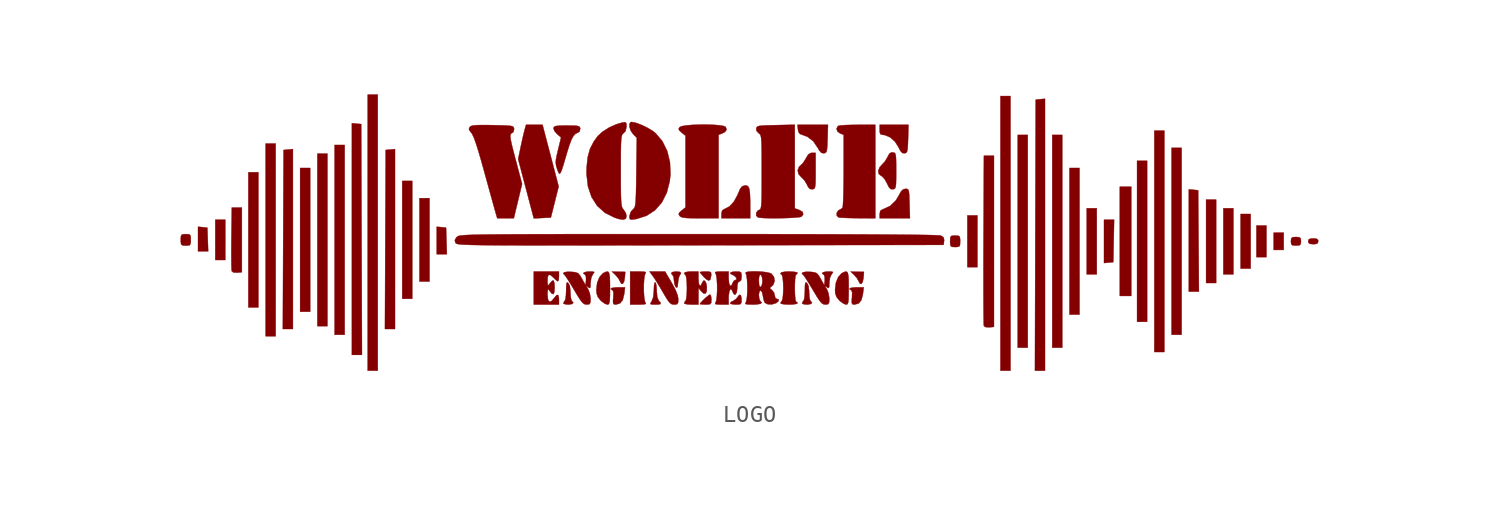
<source format=kicad_sym>
(kicad_symbol_lib
  (version 20220914)
  (generator "bitmap2component")
  (generator_version "8.0")
  (symbol "LOGO"
    (pin_names
      (offset 1.016))
    (property "Reference" "#G"
      (at 0 8.001 0)
      (effects (font (size 1.27 1.27)) hide))
    (symbol "LOGO_0_0"
      (polyline (pts (xy -21.844 -0.169) (xy -21.844 7.959) (xy -22.14 7.959) (xy -22.437 7.959) (xy -22.437 -0.169) (xy -22.437 -8.297) (xy -22.14 -8.297) (xy -21.844 -8.297) (xy -21.844 -0.169)) (stroke (width 0.01) (type default)) (fill (type outline)))
      (polyline (pts (xy 15.409 -0.212) (xy 15.409 7.874) (xy 15.113 7.874) (xy 14.817 7.874) (xy 14.817 -0.212) (xy 14.817 -8.297) (xy 15.113 -8.297) (xy 15.409 -8.297) (xy 15.409 -0.212)) (stroke (width 0.01) (type default)) (fill (type outline)))
      (polyline (pts (xy 17.441 -0.291) (xy 17.441 7.715) (xy 17.166 7.689) (xy 16.891 7.662) (xy 16.869 -0.318) (xy 16.848 -8.297) (xy 17.145 -8.297) (xy 17.441 -8.297) (xy 17.441 -0.291)) (stroke (width 0.01) (type default)) (fill (type outline)))
      (polyline (pts (xy -22.796 -0.572) (xy -22.818 6.223) (xy -23.093 6.25) (xy -23.368 6.276) (xy -23.368 -0.545) (xy -23.368 -7.366) (xy -23.071 -7.366) (xy -22.774 -7.366) (xy -22.796 -0.572)) (stroke (width 0.01) (type default)) (fill (type outline)))
      (polyline (pts (xy 24.469 -0.677) (xy 24.469 5.842) (xy 24.172 5.842) (xy 23.876 5.842) (xy 23.876 -0.677) (xy 23.876 -7.197) (xy 24.172 -7.197) (xy 24.469 -7.197) (xy 24.469 -0.677)) (stroke (width 0.01) (type default)) (fill (type outline)))
      (polyline (pts (xy 16.425 -0.677) (xy 16.425 5.588) (xy 16.129 5.588) (xy 15.833 5.588) (xy 15.833 -0.677) (xy 15.833 -6.943) (xy 16.129 -6.943) (xy 16.425 -6.943) (xy 16.425 -0.677)) (stroke (width 0.01) (type default)) (fill (type outline)))
      (polyline (pts (xy 18.457 -0.677) (xy 18.457 5.588) (xy 18.161 5.588) (xy 17.865 5.588) (xy 17.865 -0.677) (xy 17.865 -6.943) (xy 18.161 -6.943) (xy 18.457 -6.943) (xy 18.457 -0.677)) (stroke (width 0.01) (type default)) (fill (type outline)))
      (polyline (pts (xy -27.855 -0.593) (xy -27.855 5.08) (xy -28.152 5.08) (xy -28.448 5.08) (xy -28.448 -0.593) (xy -28.448 -6.265) (xy -28.152 -6.265) (xy -27.855 -6.265) (xy -27.855 -0.593)) (stroke (width 0.01) (type default)) (fill (type outline)))
      (polyline (pts (xy -23.791 -0.593) (xy -23.791 4.995) (xy -24.088 4.995) (xy -24.384 4.995) (xy -24.384 -0.593) (xy -24.384 -6.181) (xy -24.088 -6.181) (xy -23.791 -6.181) (xy -23.791 -0.593)) (stroke (width 0.01) (type default)) (fill (type outline)))
      (polyline (pts (xy 25.485 -0.677) (xy 25.485 4.826) (xy 25.188 4.826) (xy 24.892 4.826) (xy 24.892 -0.677) (xy 24.892 -6.181) (xy 25.188 -6.181) (xy 25.485 -6.181) (xy 25.485 -0.677)) (stroke (width 0.01) (type default)) (fill (type outline)))
      (polyline (pts (xy -26.839 -0.545) (xy -26.839 4.752) (xy -27.114 4.726) (xy -27.39 4.699) (xy -27.412 -0.572) (xy -27.433 -5.842) (xy -27.136 -5.842) (xy -26.839 -5.842) (xy -26.839 -0.545)) (stroke (width 0.01) (type default)) (fill (type outline)))
      (polyline (pts (xy -20.828 -0.545) (xy -20.828 4.752) (xy -21.103 4.726) (xy -21.378 4.699) (xy -21.4 -0.572) (xy -21.422 -5.842) (xy -21.125 -5.842) (xy -20.828 -5.842) (xy -20.828 -0.545)) (stroke (width 0.01) (type default)) (fill (type outline)))
      (polyline (pts (xy 14.436 -5.715) (xy 14.436 -0.677) (xy 14.436 4.36) (xy 14.139 4.36) (xy 13.843 4.36) (xy 13.821 -0.593) (xy 13.818 -1.375) (xy 13.816 -2.236) (xy 13.816 -3.034) (xy 13.817 -3.755) (xy 13.819 -4.382) (xy 13.823 -4.902) (xy 13.828 -5.297) (xy 13.834 -5.554) (xy 13.842 -5.657) (xy 13.938 -5.729) (xy 14.16 -5.742) (xy 14.436 -5.715)) (stroke (width 0.01) (type default)) (fill (type outline)))
      (polyline (pts (xy -24.807 -0.593) (xy -24.807 4.487) (xy -25.104 4.487) (xy -25.4 4.487) (xy -25.4 -0.593) (xy -25.4 -5.673) (xy -25.104 -5.673) (xy -24.807 -5.673) (xy -24.807 -0.593)) (stroke (width 0.01) (type default)) (fill (type outline)))
      (polyline (pts (xy 23.453 -0.677) (xy 23.453 4.064) (xy 23.156 4.064) (xy 22.86 4.064) (xy 22.86 -0.677) (xy 22.86 -5.419) (xy 23.156 -5.419) (xy 23.453 -5.419) (xy 23.453 -0.677)) (stroke (width 0.01) (type default)) (fill (type outline)))
      (polyline (pts (xy 19.473 -0.677) (xy 19.473 3.641) (xy 19.177 3.641) (xy 18.881 3.641) (xy 18.881 -0.677) (xy 18.881 -4.995) (xy 19.177 -4.995) (xy 19.473 -4.995) (xy 19.473 -0.677)) (stroke (width 0.01) (type default)) (fill (type outline)))
      (polyline (pts (xy -25.823 -0.593) (xy -25.823 3.641) (xy -26.12 3.641) (xy -26.416 3.641) (xy -26.416 -0.593) (xy -26.416 -4.826) (xy -26.12 -4.826) (xy -25.823 -4.826) (xy -25.823 -0.593)) (stroke (width 0.01) (type default)) (fill (type outline)))
      (polyline (pts (xy -28.871 -0.593) (xy -28.871 3.387) (xy -29.168 3.387) (xy -29.464 3.387) (xy -29.464 -0.593) (xy -29.464 -4.572) (xy -29.168 -4.572) (xy -28.871 -4.572) (xy -28.871 -0.593)) (stroke (width 0.01) (type default)) (fill (type outline)))
      (polyline (pts (xy -11.176 -4.106) (xy -11.181 -3.987) (xy -11.227 -3.836) (xy -11.322 -3.848) (xy -11.464 -4.022) (xy -11.615 -4.2) (xy -11.741 -4.234) (xy -11.822 -4.109) (xy -11.849 -3.831) (xy -11.846 -3.651) (xy -11.831 -3.518) (xy -11.791 -3.515) (xy -11.711 -3.619) (xy -11.6 -3.756) (xy -11.502 -3.792) (xy -11.447 -3.67) (xy -11.43 -3.387) (xy -11.441 -3.148) (xy -11.487 -2.994) (xy -11.575 -2.997) (xy -11.711 -3.154) (xy -11.761 -3.223) (xy -11.819 -3.276) (xy -11.842 -3.204) (xy -11.849 -2.985) (xy -11.84 -2.79) (xy -11.784 -2.65) (xy -11.667 -2.667) (xy -11.48 -2.836) (xy -11.369 -2.95) (xy -11.247 -3.032) (xy -11.19 -2.968) (xy -11.176 -2.752) (xy -11.176 -2.455) (xy -11.917 -2.455) (xy -12.658 -2.455) (xy -12.658 -3.429) (xy -12.658 -4.403) (xy -11.917 -4.403) (xy -11.176 -4.403) (xy -11.176 -4.106)) (stroke (width 0.01) (type default)) (fill (type outline)))
      (polyline (pts (xy -10.587 -4.402) (xy -10.391 -4.366) (xy -10.327 -4.29) (xy -10.414 -4.191) (xy -10.446 -4.137) (xy -10.484 -3.95) (xy -10.499 -3.688) (xy -10.499 -3.64) (xy -10.534 -3.31) (xy -10.626 -3.133) (xy -10.688 -3.096) (xy -10.729 -3.136) (xy -10.748 -3.289) (xy -10.753 -3.583) (xy -10.764 -3.86) (xy -10.794 -4.085) (xy -10.837 -4.191) (xy -10.86 -4.208) (xy -10.922 -4.323) (xy -10.919 -4.333) (xy -10.822 -4.383) (xy -10.626 -4.403) (xy -10.587 -4.402)) (stroke (width 0.01) (type default)) (fill (type outline)))
      (polyline (pts (xy -9.505 -4.401) (xy -9.377 -4.377) (xy -9.324 -4.28) (xy -9.313 -4.061) (xy -9.314 -4.018) (xy -9.363 -3.729) (xy -9.46 -3.49) (xy -9.553 -3.339) (xy -9.553 -3.308) (xy -9.46 -3.376) (xy -9.424 -3.403) (xy -9.351 -3.431) (xy -9.32 -3.349) (xy -9.313 -3.128) (xy -9.313 -3.12) (xy -9.274 -2.819) (xy -9.173 -2.61) (xy -9.133 -2.564) (xy -9.094 -2.49) (xy -9.169 -2.461) (xy -9.385 -2.455) (xy -9.543 -2.466) (xy -9.702 -2.511) (xy -9.745 -2.575) (xy -9.645 -2.641) (xy -9.635 -2.647) (xy -9.586 -2.762) (xy -9.582 -2.966) (xy -9.61 -3.26) (xy -9.822 -2.879) (xy -9.933 -2.691) (xy -10.054 -2.555) (xy -10.214 -2.496) (xy -10.479 -2.472) (xy -10.669 -2.47) (xy -10.868 -2.501) (xy -10.933 -2.568) (xy -10.846 -2.661) (xy -10.784 -2.737) (xy -10.654 -2.933) (xy -10.477 -3.215) (xy -10.275 -3.554) (xy -10.252 -3.592) (xy -10.038 -3.949) (xy -9.882 -4.183) (xy -9.762 -4.32) (xy -9.657 -4.385) (xy -9.546 -4.401) (xy -9.505 -4.401)) (stroke (width 0.01) (type default)) (fill (type outline)))
      (polyline (pts (xy -8.301 -4.402) (xy -8.242 -4.376) (xy -8.204 -4.294) (xy -8.182 -4.128) (xy -8.172 -3.849) (xy -8.17 -3.429) (xy -8.173 -3.037) (xy -8.188 -2.723) (xy -8.224 -2.537) (xy -8.291 -2.46) (xy -8.399 -2.469) (xy -8.556 -2.542) (xy -8.592 -2.564) (xy -8.792 -2.785) (xy -8.926 -3.117) (xy -8.975 -3.516) (xy -8.963 -3.732) (xy -8.892 -3.952) (xy -8.727 -4.155) (xy -8.675 -4.204) (xy -8.48 -4.346) (xy -8.325 -4.403) (xy -8.301 -4.402)) (stroke (width 0.01) (type default)) (fill (type outline)))
      (polyline (pts (xy -7.82 -4.402) (xy -7.58 -4.334) (xy -7.421 -4.134) (xy -7.335 -3.789) (xy -7.285 -3.387) (xy -7.706 -3.387) (xy -7.857 -3.392) (xy -8.052 -3.423) (xy -8.128 -3.471) (xy -8.123 -3.498) (xy -8.033 -3.556) (xy -8.01 -3.563) (xy -7.968 -3.691) (xy -7.978 -3.979) (xy -7.992 -4.14) (xy -7.99 -4.314) (xy -7.942 -4.388) (xy -7.835 -4.403) (xy -7.82 -4.402)) (stroke (width 0.01) (type default)) (fill (type outline)))
      (polyline (pts (xy -6.388 -4.402) (xy -6.153 -4.39) (xy -6.058 -4.359) (xy -6.079 -4.301) (xy -6.125 -4.188) (xy -6.161 -3.943) (xy -6.18 -3.623) (xy -6.181 -3.275) (xy -6.164 -2.949) (xy -6.13 -2.693) (xy -6.079 -2.557) (xy -6.063 -2.538) (xy -6.071 -2.488) (xy -6.203 -2.462) (xy -6.481 -2.455) (xy -6.985 -2.455) (xy -6.985 -3.429) (xy -6.985 -4.403) (xy -6.481 -4.403) (xy -6.388 -4.402)) (stroke (width 0.01) (type default)) (fill (type outline)))
      (polyline (pts (xy -5.368 -4.4) (xy -5.205 -4.375) (xy -5.185 -4.307) (xy -5.292 -4.179) (xy -5.31 -4.158) (xy -5.391 -3.943) (xy -5.419 -3.597) (xy -5.425 -3.418) (xy -5.456 -3.198) (xy -5.503 -3.09) (xy -5.539 -3.102) (xy -5.575 -3.248) (xy -5.588 -3.532) (xy -5.59 -3.625) (xy -5.63 -3.98) (xy -5.72 -4.214) (xy -5.763 -4.277) (xy -5.798 -4.364) (xy -5.723 -4.397) (xy -5.508 -4.403) (xy -5.368 -4.4)) (stroke (width 0.01) (type default)) (fill (type outline)))
      (polyline (pts (xy -4.227 -4.384) (xy -4.162 -4.298) (xy -4.149 -4.093) (xy -4.18 -3.881) (xy -4.306 -3.551) (xy -4.538 -3.119) (xy -4.927 -2.455) (xy -5.389 -2.455) (xy -5.851 -2.455) (xy -5.645 -2.731) (xy -5.598 -2.797) (xy -5.439 -3.041) (xy -5.242 -3.361) (xy -5.041 -3.704) (xy -4.902 -3.944) (xy -4.747 -4.186) (xy -4.629 -4.325) (xy -4.52 -4.388) (xy -4.395 -4.403) (xy -4.384 -4.403) (xy -4.227 -4.384)) (stroke (width 0.01) (type default)) (fill (type outline)))
      (polyline (pts (xy -2.961 -3.916) (xy -2.958 -3.429) (xy -2.788 -3.633) (xy -2.667 -3.745) (xy -2.545 -3.757) (xy -2.476 -3.62) (xy -2.471 -3.341) (xy -2.504 -3.151) (xy -2.58 -3.007) (xy -2.67 -2.994) (xy -2.75 -3.128) (xy -2.825 -3.281) (xy -2.894 -3.284) (xy -2.944 -3.145) (xy -2.963 -2.879) (xy -2.963 -2.455) (xy -3.387 -2.455) (xy -3.536 -2.46) (xy -3.747 -2.499) (xy -3.814 -2.571) (xy -3.725 -2.667) (xy -3.712 -2.685) (xy -3.675 -2.836) (xy -3.65 -3.098) (xy -3.641 -3.429) (xy -3.642 -3.545) (xy -3.657 -3.858) (xy -3.687 -4.088) (xy -3.725 -4.191) (xy -3.748 -4.208) (xy -3.81 -4.323) (xy -3.781 -4.352) (xy -3.628 -4.388) (xy -3.387 -4.403) (xy -2.963 -4.403) (xy -2.961 -3.916)) (stroke (width 0.01) (type default)) (fill (type outline)))
      (polyline (pts (xy -2.44 -4.402) (xy -2.275 -4.38) (xy -2.212 -4.296) (xy -2.201 -4.106) (xy -2.202 -4.067) (xy -2.228 -3.884) (xy -2.28 -3.81) (xy -2.357 -3.851) (xy -2.509 -3.973) (xy -2.681 -4.131) (xy -2.821 -4.278) (xy -2.879 -4.367) (xy -2.87 -4.375) (xy -2.752 -4.395) (xy -2.54 -4.403) (xy -2.44 -4.402)) (stroke (width 0.01) (type default)) (fill (type outline)))
      (polyline (pts (xy -1.185 -3.984) (xy -1.182 -3.877) (xy -1.149 -3.646) (xy -1.09 -3.512) (xy -1.021 -3.5) (xy -0.958 -3.632) (xy -0.947 -3.672) (xy -0.865 -3.811) (xy -0.777 -3.805) (xy -0.706 -3.672) (xy -0.677 -3.429) (xy -0.672 -3.267) (xy -0.634 -3.098) (xy -0.55 -3.048) (xy -0.539 -3.047) (xy -0.451 -2.971) (xy -0.423 -2.752) (xy -0.424 -2.664) (xy -0.449 -2.52) (xy -0.545 -2.464) (xy -0.762 -2.455) (xy -0.931 -2.467) (xy -1.077 -2.516) (xy -1.084 -2.588) (xy -0.939 -2.664) (xy -0.85 -2.708) (xy -0.746 -2.814) (xy -0.72 -2.917) (xy -0.797 -2.963) (xy -0.872 -2.995) (xy -0.956 -3.133) (xy -0.967 -3.172) (xy -1.038 -3.3) (xy -1.109 -3.282) (xy -1.163 -3.135) (xy -1.185 -2.879) (xy -1.185 -2.455) (xy -1.626 -2.455) (xy -1.652 -2.455) (xy -1.892 -2.465) (xy -1.989 -2.497) (xy -1.964 -2.557) (xy -1.918 -2.67) (xy -1.882 -2.915) (xy -1.864 -3.235) (xy -1.863 -3.583) (xy -1.879 -3.909) (xy -1.913 -4.165) (xy -1.964 -4.301) (xy -1.97 -4.307) (xy -1.986 -4.365) (xy -1.878 -4.394) (xy -1.626 -4.403) (xy -1.185 -4.403) (xy -1.185 -3.984)) (stroke (width 0.01) (type default)) (fill (type outline)))
      (polyline (pts (xy -0.662 -4.402) (xy -0.497 -4.38) (xy -0.434 -4.296) (xy -0.423 -4.106) (xy -0.427 -4.014) (xy -0.473 -3.845) (xy -0.56 -3.829) (xy -0.674 -3.974) (xy -0.752 -4.074) (xy -0.931 -4.191) (xy -1.031 -4.238) (xy -1.101 -4.324) (xy -1.092 -4.341) (xy -0.974 -4.385) (xy -0.762 -4.403) (xy -0.662 -4.402)) (stroke (width 0.01) (type default)) (fill (type outline)))
      (polyline (pts (xy 0.473 -4.394) (xy 0.696 -4.355) (xy 0.767 -4.286) (xy 0.677 -4.191) (xy 0.668 -4.184) (xy 0.615 -4.054) (xy 0.593 -3.84) (xy 0.593 -3.801) (xy 0.631 -3.616) (xy 0.704 -3.576) (xy 0.781 -3.674) (xy 0.832 -3.901) (xy 0.834 -3.915) (xy 0.88 -4.143) (xy 0.949 -4.296) (xy 0.951 -4.299) (xy 1.122 -4.386) (xy 1.368 -4.392) (xy 1.614 -4.315) (xy 1.748 -4.206) (xy 1.765 -4.107) (xy 1.651 -4.064) (xy 1.568 -4.023) (xy 1.524 -3.853) (xy 1.489 -3.7) (xy 1.36 -3.54) (xy 1.271 -3.481) (xy 1.246 -3.415) (xy 1.36 -3.322) (xy 1.444 -3.24) (xy 1.522 -3.018) (xy 1.485 -2.778) (xy 1.336 -2.587) (xy 1.259 -2.55) (xy 1.051 -2.5) (xy 0.78 -2.466) (xy 0.482 -2.448) (xy 0.199 -2.447) (xy -0.033 -2.465) (xy -0.174 -2.501) (xy -0.186 -2.557) (xy -0.14 -2.67) (xy -0.104 -2.915) (xy -0.099 -3.006) (xy 0.593 -3.006) (xy 0.596 -2.861) (xy 0.629 -2.682) (xy 0.699 -2.646) (xy 0.714 -2.654) (xy 0.779 -2.782) (xy 0.804 -3.006) (xy 0.803 -3.054) (xy 0.769 -3.264) (xy 0.699 -3.365) (xy 0.659 -3.365) (xy 0.609 -3.26) (xy 0.593 -3.006) (xy -0.099 -3.006) (xy -0.086 -3.235) (xy -0.085 -3.583) (xy -0.101 -3.909) (xy -0.135 -4.165) (xy -0.186 -4.301) (xy -0.205 -4.324) (xy -0.189 -4.371) (xy -0.049 -4.396) (xy 0.237 -4.403) (xy 0.473 -4.394)) (stroke (width 0.01) (type default)) (fill (type outline)))
      (polyline (pts (xy 2.6 -4.394) (xy 2.802 -4.363) (xy 2.879 -4.318) (xy 2.876 -4.298) (xy 2.794 -4.233) (xy 2.777 -4.221) (xy 2.741 -4.081) (xy 2.718 -3.808) (xy 2.709 -3.429) (xy 2.711 -3.269) (xy 2.725 -2.928) (xy 2.754 -2.705) (xy 2.794 -2.625) (xy 2.814 -2.622) (xy 2.879 -2.54) (xy 2.825 -2.502) (xy 2.641 -2.468) (xy 2.371 -2.455) (xy 2.149 -2.463) (xy 1.928 -2.503) (xy 1.858 -2.572) (xy 1.947 -2.667) (xy 1.961 -2.685) (xy 1.997 -2.836) (xy 2.022 -3.098) (xy 2.032 -3.429) (xy 2.031 -3.545) (xy 2.016 -3.858) (xy 1.986 -4.088) (xy 1.947 -4.191) (xy 1.924 -4.208) (xy 1.863 -4.323) (xy 1.919 -4.359) (xy 2.103 -4.391) (xy 2.371 -4.403) (xy 2.6 -4.394)) (stroke (width 0.01) (type default)) (fill (type outline)))
      (polyline (pts (xy 3.467 -4.402) (xy 3.663 -4.366) (xy 3.727 -4.29) (xy 3.641 -4.191) (xy 3.608 -4.137) (xy 3.571 -3.95) (xy 3.556 -3.688) (xy 3.556 -3.64) (xy 3.52 -3.31) (xy 3.429 -3.133) (xy 3.367 -3.096) (xy 3.326 -3.136) (xy 3.307 -3.289) (xy 3.302 -3.583) (xy 3.291 -3.86) (xy 3.261 -4.085) (xy 3.217 -4.191) (xy 3.194 -4.208) (xy 3.133 -4.323) (xy 3.135 -4.333) (xy 3.233 -4.383) (xy 3.429 -4.403) (xy 3.467 -4.402)) (stroke (width 0.01) (type default)) (fill (type outline)))
      (polyline (pts (xy 4.55 -4.401) (xy 4.678 -4.377) (xy 4.731 -4.28) (xy 4.741 -4.061) (xy 4.74 -4.018) (xy 4.692 -3.729) (xy 4.595 -3.49) (xy 4.502 -3.339) (xy 4.502 -3.308) (xy 4.595 -3.376) (xy 4.631 -3.403) (xy 4.704 -3.431) (xy 4.735 -3.349) (xy 4.741 -3.128) (xy 4.741 -3.12) (xy 4.781 -2.819) (xy 4.881 -2.61) (xy 4.922 -2.564) (xy 4.961 -2.49) (xy 4.886 -2.461) (xy 4.67 -2.455) (xy 4.512 -2.466) (xy 4.353 -2.511) (xy 4.31 -2.575) (xy 4.41 -2.641) (xy 4.42 -2.647) (xy 4.468 -2.762) (xy 4.473 -2.966) (xy 4.445 -3.26) (xy 4.232 -2.879) (xy 4.122 -2.691) (xy 4.001 -2.555) (xy 3.841 -2.496) (xy 3.576 -2.472) (xy 3.386 -2.47) (xy 3.187 -2.501) (xy 3.122 -2.568) (xy 3.208 -2.661) (xy 3.271 -2.737) (xy 3.401 -2.933) (xy 3.577 -3.215) (xy 3.78 -3.554) (xy 3.802 -3.592) (xy 4.017 -3.949) (xy 4.173 -4.183) (xy 4.293 -4.32) (xy 4.398 -4.385) (xy 4.508 -4.401) (xy 4.55 -4.401)) (stroke (width 0.01) (type default)) (fill (type outline)))
      (polyline (pts (xy 5.754 -4.402) (xy 5.813 -4.376) (xy 5.851 -4.294) (xy 5.872 -4.128) (xy 5.882 -3.849) (xy 5.884 -3.429) (xy 5.882 -3.037) (xy 5.867 -2.723) (xy 5.831 -2.537) (xy 5.763 -2.46) (xy 5.656 -2.469) (xy 5.499 -2.542) (xy 5.462 -2.564) (xy 5.263 -2.785) (xy 5.129 -3.117) (xy 5.08 -3.516) (xy 5.091 -3.732) (xy 5.162 -3.952) (xy 5.327 -4.155) (xy 5.38 -4.204) (xy 5.574 -4.346) (xy 5.73 -4.403) (xy 5.754 -4.402)) (stroke (width 0.01) (type default)) (fill (type outline)))
      (polyline (pts (xy 6.234 -4.402) (xy 6.475 -4.334) (xy 6.633 -4.134) (xy 6.719 -3.789) (xy 6.77 -3.387) (xy 6.348 -3.387) (xy 6.197 -3.392) (xy 6.003 -3.423) (xy 5.927 -3.471) (xy 5.931 -3.498) (xy 6.022 -3.556) (xy 6.044 -3.563) (xy 6.086 -3.691) (xy 6.077 -3.979) (xy 6.063 -4.14) (xy 6.065 -4.314) (xy 6.112 -4.388) (xy 6.219 -4.403) (xy 6.234 -4.402)) (stroke (width 0.01) (type default)) (fill (type outline)))
      (polyline (pts (xy -19.812 -0.593) (xy -19.812 2.879) (xy -20.108 2.879) (xy -20.405 2.879) (xy -20.405 -0.593) (xy -20.405 -4.064) (xy -20.108 -4.064) (xy -19.812 -4.064) (xy -19.812 -0.593)) (stroke (width 0.01) (type default)) (fill (type outline)))
      (polyline (pts (xy 22.521 -0.677) (xy 22.521 2.54) (xy 22.183 2.54) (xy 21.844 2.54) (xy 21.844 -0.677) (xy 21.844 -3.895) (xy 22.183 -3.895) (xy 22.521 -3.895) (xy 22.521 -0.677)) (stroke (width 0.01) (type default)) (fill (type outline)))
      (polyline (pts (xy 26.481 -0.656) (xy 26.458 2.328) (xy 26.183 2.355) (xy 25.908 2.381) (xy 25.908 -0.63) (xy 25.908 -3.641) (xy 26.205 -3.641) (xy 26.503 -3.641) (xy 26.481 -0.656)) (stroke (width 0.01) (type default)) (fill (type outline)))
      (polyline (pts (xy -4.19 -3.336) (xy -4.165 -3.117) (xy -4.156 -3.027) (xy -4.114 -2.8) (xy -4.059 -2.671) (xy -3.984 -2.554) (xy -4.05 -2.479) (xy -4.276 -2.455) (xy -4.314 -2.456) (xy -4.51 -2.491) (xy -4.574 -2.568) (xy -4.487 -2.667) (xy -4.484 -2.669) (xy -4.426 -2.789) (xy -4.403 -2.994) (xy -4.403 -2.994) (xy -4.372 -3.219) (xy -4.297 -3.375) (xy -4.232 -3.412) (xy -4.19 -3.336)) (stroke (width 0.01) (type default)) (fill (type outline)))
      (polyline (pts (xy -7.344 -3.062) (xy -7.298 -2.819) (xy -7.273 -2.477) (xy -7.667 -2.469) (xy -8.062 -2.461) (xy -7.851 -2.657) (xy -7.684 -2.85) (xy -7.58 -3.039) (xy -7.511 -3.172) (xy -7.422 -3.185) (xy -7.344 -3.062)) (stroke (width 0.01) (type default)) (fill (type outline)))
      (polyline (pts (xy 6.711 -3.062) (xy 6.756 -2.819) (xy 6.782 -2.477) (xy 6.388 -2.469) (xy 5.993 -2.461) (xy 6.204 -2.657) (xy 6.37 -2.85) (xy 6.474 -3.039) (xy 6.544 -3.172) (xy 6.633 -3.185) (xy 6.711 -3.062)) (stroke (width 0.01) (type default)) (fill (type outline)))
      (polyline (pts (xy 27.517 -0.677) (xy 27.517 1.778) (xy 27.22 1.778) (xy 26.924 1.778) (xy 26.924 -0.677) (xy 26.924 -3.133) (xy 27.22 -3.133) (xy 27.517 -3.133) (xy 27.517 -0.677)) (stroke (width 0.01) (type default)) (fill (type outline)))
      (polyline (pts (xy -18.796 -0.593) (xy -18.796 1.863) (xy -19.092 1.863) (xy -19.389 1.863) (xy -19.389 -0.593) (xy -19.389 -3.048) (xy -19.092 -3.048) (xy -18.796 -3.048) (xy -18.796 -0.593)) (stroke (width 0.01) (type default)) (fill (type outline)))
      (polyline (pts (xy -2.265 -2.936) (xy -2.217 -2.724) (xy -2.21 -2.64) (xy -2.223 -2.512) (xy -2.317 -2.463) (xy -2.535 -2.455) (xy -2.615 -2.456) (xy -2.803 -2.469) (xy -2.879 -2.492) (xy -2.873 -2.506) (xy -2.792 -2.613) (xy -2.646 -2.778) (xy -2.515 -2.906) (xy -2.359 -2.996) (xy -2.265 -2.936)) (stroke (width 0.01) (type default)) (fill (type outline)))
      (polyline (pts (xy 20.489 -0.677) (xy 20.489 1.27) (xy 20.193 1.27) (xy 19.897 1.27) (xy 19.897 -0.677) (xy 19.897 -2.625) (xy 20.193 -2.625) (xy 20.489 -2.625) (xy 20.489 -0.677)) (stroke (width 0.01) (type default)) (fill (type outline)))
      (polyline (pts (xy 28.533 -0.677) (xy 28.533 1.27) (xy 28.236 1.27) (xy 27.94 1.27) (xy 27.94 -0.677) (xy 27.94 -2.625) (xy 28.236 -2.625) (xy 28.533 -2.625) (xy 28.533 -0.677)) (stroke (width 0.01) (type default)) (fill (type outline)))
      (polyline (pts (xy -29.845 -2.498) (xy -29.845 -0.593) (xy -29.845 1.312) (xy -30.141 1.312) (xy -30.438 1.312) (xy -30.461 -0.506) (xy -30.463 -0.699) (xy -30.466 -1.226) (xy -30.465 -1.69) (xy -30.46 -2.064) (xy -30.452 -2.322) (xy -30.44 -2.437) (xy -30.345 -2.511) (xy -30.121 -2.524) (xy -29.845 -2.498)) (stroke (width 0.01) (type default)) (fill (type outline)))
      (polyline (pts (xy 29.549 -0.677) (xy 29.549 0.931) (xy 29.252 0.931) (xy 28.956 0.931) (xy 28.956 -0.677) (xy 28.956 -2.286) (xy 29.252 -2.286) (xy 29.549 -2.286) (xy 29.549 -0.677)) (stroke (width 0.01) (type default)) (fill (type outline)))
      (polyline (pts (xy 13.462 -0.677) (xy 13.462 0.847) (xy 13.166 0.847) (xy 12.869 0.847) (xy 12.869 -0.677) (xy 12.869 -2.201) (xy 13.166 -2.201) (xy 13.462 -2.201) (xy 13.462 -0.677)) (stroke (width 0.01) (type default)) (fill (type outline)))
      (polyline (pts (xy 21.188 -1.931) (xy 21.463 -1.905) (xy 21.486 -0.656) (xy 21.51 0.593) (xy 21.211 0.593) (xy 20.913 0.593) (xy 20.913 -0.683) (xy 20.913 -1.958) (xy 21.188 -1.931)) (stroke (width 0.01) (type default)) (fill (type outline)))
      (polyline (pts (xy -30.819 -0.593) (xy -30.819 0.593) (xy -31.115 0.593) (xy -31.411 0.593) (xy -31.411 -0.593) (xy -31.411 -1.778) (xy -31.115 -1.778) (xy -30.819 -1.778) (xy -30.819 -0.593)) (stroke (width 0.01) (type default)) (fill (type outline)))
      (polyline (pts (xy 30.48 -0.677) (xy 30.48 0.254) (xy 30.184 0.254) (xy 29.887 0.254) (xy 29.887 -0.677) (xy 29.887 -1.609) (xy 30.184 -1.609) (xy 30.48 -1.609) (xy 30.48 -0.677)) (stroke (width 0.01) (type default)) (fill (type outline)))
      (polyline (pts (xy -17.798 -0.656) (xy -17.822 0.127) (xy -18.098 0.154) (xy -18.373 0.18) (xy -18.373 -0.63) (xy -18.373 -1.439) (xy -18.073 -1.439) (xy -17.774 -1.439) (xy -17.798 -0.656)) (stroke (width 0.01) (type default)) (fill (type outline)))
      (polyline (pts (xy -31.852 -0.572) (xy -31.877 0.127) (xy -32.152 0.154) (xy -32.427 0.18) (xy -32.427 -0.545) (xy -32.427 -1.27) (xy -32.128 -1.27) (xy -31.828 -1.27) (xy -31.852 -0.572)) (stroke (width 0.01) (type default)) (fill (type outline)))
      (polyline (pts (xy 31.496 -0.677) (xy 31.496 -0.169) (xy 31.2 -0.169) (xy 30.903 -0.169) (xy 30.903 -0.677) (xy 30.903 -1.185) (xy 31.2 -1.185) (xy 31.496 -1.185) (xy 31.496 -0.677)) (stroke (width 0.01) (type default)) (fill (type outline)))
      (polyline (pts (xy 12.237 -1.015) (xy 12.382 -0.991) (xy 12.437 -0.894) (xy 12.446 -0.677) (xy 12.445 -0.577) (xy 12.424 -0.412) (xy 12.339 -0.349) (xy 12.15 -0.339) (xy 12.062 -0.339) (xy 11.918 -0.364) (xy 11.862 -0.46) (xy 11.853 -0.677) (xy 11.854 -0.777) (xy 11.876 -0.942) (xy 11.96 -1.006) (xy 12.15 -1.016) (xy 12.237 -1.015)) (stroke (width 0.01) (type default)) (fill (type outline)))
      (polyline (pts (xy -33.059 -0.93) (xy -32.915 -0.906) (xy -32.86 -0.809) (xy -32.851 -0.593) (xy -32.851 -0.493) (xy -32.873 -0.328) (xy -32.957 -0.264) (xy -33.147 -0.254) (xy -33.234 -0.255) (xy -33.379 -0.279) (xy -33.434 -0.376) (xy -33.443 -0.593) (xy -33.443 -0.693) (xy -33.421 -0.858) (xy -33.337 -0.921) (xy -33.147 -0.931) (xy -33.059 -0.93)) (stroke (width 0.01) (type default)) (fill (type outline)))
      (polyline (pts (xy -10.434 -0.92) (xy -9.211 -0.919) (xy -7.85 -0.917) (xy -6.341 -0.915) (xy -4.679 -0.913) (xy -2.854 -0.91) (xy 11.472 -0.889) (xy 11.499 -0.656) (xy 11.504 -0.606) (xy 11.467 -0.44) (xy 11.303 -0.339) (xy 11.301 -0.338) (xy 11.172 -0.326) (xy 10.877 -0.314) (xy 10.415 -0.304) (xy 9.789 -0.295) (xy 9 -0.286) (xy 8.05 -0.279) (xy 6.941 -0.272) (xy 5.674 -0.267) (xy 4.251 -0.262) (xy 2.674 -0.259) (xy 0.943 -0.256) (xy -0.938 -0.255) (xy -2.969 -0.254) (xy -3.372 -0.254) (xy -5.143 -0.254) (xy -6.753 -0.254) (xy -8.211 -0.255) (xy -9.524 -0.255) (xy -10.7 -0.256) (xy -11.747 -0.258) (xy -12.673 -0.26) (xy -13.484 -0.263) (xy -14.19 -0.266) (xy -14.797 -0.271) (xy -15.313 -0.276) (xy -15.745 -0.283) (xy -16.103 -0.29) (xy -16.392 -0.299) (xy -16.622 -0.309) (xy -16.799 -0.321) (xy -16.931 -0.334) (xy -17.026 -0.349) (xy -17.092 -0.365) (xy -17.136 -0.383) (xy -17.166 -0.403) (xy -17.189 -0.425) (xy -17.224 -0.461) (xy -17.311 -0.61) (xy -17.271 -0.764) (xy -17.267 -0.771) (xy -17.252 -0.792) (xy -17.226 -0.811) (xy -17.182 -0.828) (xy -17.112 -0.843) (xy -17.01 -0.857) (xy -16.866 -0.869) (xy -16.674 -0.879) (xy -16.427 -0.889) (xy -16.115 -0.896) (xy -15.733 -0.903) (xy -15.272 -0.908) (xy -14.726 -0.913) (xy -14.085 -0.916) (xy -13.343 -0.918) (xy -12.492 -0.919) (xy -11.525 -0.92) (xy -10.434 -0.92)) (stroke (width 0.01) (type default)) (fill (type outline)))
      (polyline (pts (xy 32.412 -0.918) (xy 32.495 -0.848) (xy 32.512 -0.677) (xy 32.496 -0.509) (xy 32.415 -0.437) (xy 32.216 -0.423) (xy 32.02 -0.437) (xy 31.936 -0.507) (xy 31.919 -0.677) (xy 31.935 -0.845) (xy 32.017 -0.917) (xy 32.216 -0.931) (xy 32.412 -0.918)) (stroke (width 0.01) (type default)) (fill (type outline)))
      (polyline (pts (xy 33.365 -0.841) (xy 33.495 -0.794) (xy 33.528 -0.677) (xy 33.518 -0.601) (xy 33.436 -0.527) (xy 33.232 -0.508) (xy 33.098 -0.513) (xy 32.968 -0.561) (xy 32.935 -0.677) (xy 32.945 -0.754) (xy 33.027 -0.828) (xy 33.232 -0.847) (xy 33.365 -0.841)) (stroke (width 0.01) (type default)) (fill (type outline)))
      (polyline (pts (xy -7.241 0.651) (xy -7.197 0.804) (xy -7.238 0.984) (xy -7.366 1.185) (xy -7.375 1.195) (xy -7.426 1.257) (xy -7.464 1.341) (xy -7.492 1.466) (xy -7.512 1.655) (xy -7.525 1.929) (xy -7.532 2.309) (xy -7.535 2.816) (xy -7.535 3.471) (xy -7.535 3.66) (xy -7.534 4.272) (xy -7.531 4.74) (xy -7.523 5.086) (xy -7.509 5.33) (xy -7.488 5.492) (xy -7.458 5.592) (xy -7.418 5.652) (xy -7.366 5.692) (xy -7.252 5.814) (xy -7.197 6.081) (xy -7.197 6.1) (xy -7.21 6.279) (xy -7.285 6.334) (xy -7.472 6.308) (xy -7.798 6.213) (xy -8.223 6.02) (xy -8.607 5.778) (xy -8.888 5.522) (xy -9.125 5.2) (xy -9.348 4.766) (xy -9.483 4.276) (xy -9.547 3.678) (xy -9.553 3.284) (xy -9.469 2.554) (xy -9.258 1.926) (xy -8.924 1.406) (xy -8.47 1) (xy -7.898 0.714) (xy -7.647 0.635) (xy -7.386 0.596) (xy -7.241 0.651)) (stroke (width 0.01) (type default)) (fill (type outline)))
      (polyline (pts (xy -6.668 0.628) (xy -6.608 0.639) (xy -6.016 0.827) (xy -5.516 1.153) (xy -5.118 1.607) (xy -4.827 2.183) (xy -4.652 2.872) (xy -4.61 3.28) (xy -4.642 3.987) (xy -4.803 4.642) (xy -5.087 5.218) (xy -5.486 5.689) (xy -5.68 5.837) (xy -5.996 6.022) (xy -6.342 6.187) (xy -6.664 6.305) (xy -6.904 6.35) (xy -6.955 6.339) (xy -7.026 6.228) (xy -7.021 6.041) (xy -6.947 5.826) (xy -6.81 5.633) (xy -6.593 5.415) (xy -6.62 3.377) (xy -6.622 3.16) (xy -6.631 2.57) (xy -6.641 2.12) (xy -6.654 1.79) (xy -6.671 1.559) (xy -6.696 1.404) (xy -6.731 1.305) (xy -6.777 1.239) (xy -6.837 1.185) (xy -6.954 1.048) (xy -7.027 0.801) (xy -7.026 0.72) (xy -6.996 0.622) (xy -6.892 0.599) (xy -6.668 0.628)) (stroke (width 0.01) (type default)) (fill (type outline)))
      (polyline (pts (xy -13.59 1.688) (xy -13.348 2.699) (xy -13.702 4.037) (xy -13.725 4.123) (xy -13.863 4.651) (xy -13.96 5.041) (xy -14.018 5.315) (xy -14.04 5.497) (xy -14.029 5.607) (xy -13.989 5.67) (xy -13.922 5.706) (xy -13.847 5.769) (xy -13.816 5.947) (xy -13.822 5.986) (xy -13.848 6.049) (xy -13.913 6.093) (xy -14.042 6.122) (xy -14.262 6.14) (xy -14.599 6.152) (xy -15.08 6.162) (xy -15.287 6.165) (xy -15.726 6.168) (xy -16.034 6.161) (xy -16.235 6.141) (xy -16.357 6.106) (xy -16.426 6.053) (xy -16.471 5.985) (xy -16.465 5.873) (xy -16.342 5.716) (xy -16.285 5.636) (xy -16.192 5.439) (xy -16.079 5.133) (xy -15.941 4.701) (xy -15.773 4.132) (xy -15.572 3.412) (xy -15.443 2.944) (xy -15.289 2.384) (xy -15.15 1.883) (xy -15.035 1.468) (xy -14.95 1.163) (xy -14.902 0.995) (xy -14.81 0.677) (xy -14.322 0.677) (xy -13.833 0.677) (xy -13.59 1.688)) (stroke (width 0.01) (type default)) (fill (type outline)))
      (polyline (pts (xy -12.155 0.696) (xy -11.652 0.72) (xy -11.422 1.635) (xy -11.193 2.55) (xy -11.667 4.365) (xy -12.142 6.181) (xy -12.628 6.181) (xy -13.115 6.181) (xy -13.203 5.863) (xy -13.212 5.831) (xy -13.276 5.572) (xy -13.355 5.224) (xy -13.435 4.854) (xy -13.579 4.162) (xy -13.118 2.417) (xy -12.658 0.671) (xy -12.155 0.696)) (stroke (width 0.01) (type default)) (fill (type outline)))
      (polyline (pts (xy -1.778 3.135) (xy -1.778 5.592) (xy -1.575 5.67) (xy -1.409 5.753) (xy -1.3 5.895) (xy -1.358 6.057) (xy -1.474 6.11) (xy -1.727 6.153) (xy -2.076 6.181) (xy -2.484 6.194) (xy -2.912 6.192) (xy -3.323 6.176) (xy -3.678 6.146) (xy -3.941 6.102) (xy -4.072 6.044) (xy -4.126 5.959) (xy -4.103 5.859) (xy -3.956 5.723) (xy -3.725 5.539) (xy -3.725 3.429) (xy -3.725 1.319) (xy -3.956 1.135) (xy -4.08 1.026) (xy -4.131 0.922) (xy -4.072 0.814) (xy -4.001 0.758) (xy -3.872 0.718) (xy -3.659 0.693) (xy -3.334 0.681) (xy -2.868 0.677) (xy -1.778 0.677) (xy -1.778 3.135)) (stroke (width 0.01) (type default)) (fill (type outline)))
      (polyline (pts (xy 0.084 1.46) (xy 0.082 1.756) (xy 0.068 2.141) (xy 0.035 2.394) (xy -0.022 2.541) (xy -0.113 2.604) (xy -0.242 2.608) (xy -0.251 2.607) (xy -0.395 2.555) (xy -0.505 2.42) (xy -0.617 2.159) (xy -0.659 2.055) (xy -0.873 1.666) (xy -1.131 1.381) (xy -1.406 1.233) (xy -1.444 1.222) (xy -1.574 1.127) (xy -1.609 0.93) (xy -1.609 0.677) (xy -0.762 0.677) (xy 0.085 0.677) (xy 0.084 1.46)) (stroke (width 0.01) (type default)) (fill (type outline)))
      (polyline (pts (xy 2.023 0.686) (xy 2.419 0.699) (xy 2.758 0.72) (xy 3.003 0.747) (xy 3.116 0.779) (xy 3.206 0.914) (xy 3.168 1.058) (xy 2.963 1.173) (xy 2.709 1.261) (xy 2.709 3.723) (xy 2.709 6.186) (xy 1.587 6.162) (xy 1.554 6.161) (xy 1.109 6.15) (xy 0.805 6.137) (xy 0.613 6.115) (xy 0.507 6.081) (xy 0.458 6.029) (xy 0.439 5.954) (xy 0.45 5.829) (xy 0.588 5.676) (xy 0.617 5.658) (xy 0.664 5.617) (xy 0.699 5.546) (xy 0.725 5.427) (xy 0.742 5.239) (xy 0.753 4.961) (xy 0.759 4.574) (xy 0.761 4.059) (xy 0.762 3.394) (xy 0.762 3.034) (xy 0.761 2.448) (xy 0.757 2.002) (xy 0.749 1.676) (xy 0.735 1.45) (xy 0.714 1.306) (xy 0.684 1.222) (xy 0.644 1.181) (xy 0.593 1.161) (xy 0.534 1.135) (xy 0.438 1.004) (xy 0.433 0.844) (xy 0.529 0.734) (xy 0.628 0.712) (xy 0.873 0.692) (xy 1.213 0.681) (xy 1.609 0.679) (xy 2.023 0.686)) (stroke (width 0.01) (type default)) (fill (type outline)))
      (polyline (pts (xy 7.451 3.429) (xy 7.451 6.181) (xy 6.442 6.181) (xy 6.053 6.177) (xy 5.697 6.166) (xy 5.433 6.149) (xy 5.299 6.129) (xy 5.233 6.091) (xy 5.166 5.952) (xy 5.217 5.792) (xy 5.376 5.673) (xy 5.588 5.592) (xy 5.587 3.495) (xy 5.585 3.051) (xy 5.579 2.508) (xy 5.569 2.038) (xy 5.556 1.665) (xy 5.54 1.413) (xy 5.523 1.306) (xy 5.473 1.254) (xy 5.313 1.161) (xy 5.273 1.14) (xy 5.181 1.007) (xy 5.177 0.845) (xy 5.271 0.734) (xy 5.271 0.733) (xy 5.396 0.716) (xy 5.653 0.701) (xy 6.004 0.69) (xy 6.413 0.684) (xy 7.451 0.677) (xy 7.451 3.429)) (stroke (width 0.01) (type default)) (fill (type outline)))
      (polyline (pts (xy 9.464 1.545) (xy 9.458 1.761) (xy 9.445 2.077) (xy 9.424 2.27) (xy 9.387 2.37) (xy 9.325 2.407) (xy 9.23 2.413) (xy 9.093 2.384) (xy 8.968 2.266) (xy 8.833 2.021) (xy 8.664 1.737) (xy 8.333 1.409) (xy 7.932 1.224) (xy 7.879 1.209) (xy 7.74 1.114) (xy 7.705 0.922) (xy 7.705 0.677) (xy 8.597 0.677) (xy 9.489 0.677) (xy 9.464 1.545)) (stroke (width 0.01) (type default)) (fill (type outline)))
      (polyline (pts (xy 3.824 2.403) (xy 3.878 2.449) (xy 3.911 2.55) (xy 3.929 2.735) (xy 3.936 3.033) (xy 3.937 3.471) (xy 3.937 4.53) (xy 3.726 4.53) (xy 3.645 4.522) (xy 3.498 4.432) (xy 3.366 4.213) (xy 3.338 4.157) (xy 3.192 3.934) (xy 3.048 3.79) (xy 2.962 3.716) (xy 2.88 3.51) (xy 2.924 3.285) (xy 3.09 3.099) (xy 3.11 3.085) (xy 3.286 2.899) (xy 3.427 2.659) (xy 3.487 2.531) (xy 3.598 2.403) (xy 3.745 2.386) (xy 3.824 2.403)) (stroke (width 0.01) (type default)) (fill (type outline)))
      (polyline (pts (xy 8.565 2.403) (xy 8.619 2.448) (xy 8.653 2.549) (xy 8.67 2.735) (xy 8.677 3.033) (xy 8.678 3.471) (xy 8.677 3.907) (xy 8.67 4.206) (xy 8.653 4.392) (xy 8.62 4.494) (xy 8.566 4.539) (xy 8.486 4.557) (xy 8.405 4.56) (xy 8.28 4.49) (xy 8.171 4.29) (xy 8.164 4.274) (xy 8.015 4.024) (xy 7.834 3.827) (xy 7.705 3.688) (xy 7.623 3.478) (xy 7.652 3.29) (xy 7.796 3.173) (xy 7.846 3.147) (xy 7.996 2.987) (xy 8.134 2.738) (xy 8.249 2.505) (xy 8.356 2.399) (xy 8.487 2.386) (xy 8.565 2.403)) (stroke (width 0.01) (type default)) (fill (type outline)))
      (polyline (pts (xy -11.071 3.371) (xy -10.995 3.562) (xy -10.892 3.887) (xy -10.754 4.36) (xy -10.699 4.548) (xy -10.558 4.997) (xy -10.438 5.313) (xy -10.325 5.522) (xy -10.207 5.648) (xy -10.073 5.716) (xy -9.96 5.783) (xy -9.922 5.955) (xy -9.941 6.033) (xy -9.997 6.091) (xy -10.121 6.122) (xy -10.347 6.136) (xy -10.709 6.138) (xy -10.874 6.138) (xy -11.183 6.129) (xy -11.369 6.106) (xy -11.463 6.062) (xy -11.498 5.991) (xy -11.5 5.972) (xy -11.441 5.814) (xy -11.29 5.64) (xy -11.052 5.436) (xy -11.232 4.697) (xy -11.299 4.415) (xy -11.353 4.142) (xy -11.366 3.944) (xy -11.342 3.773) (xy -11.283 3.577) (xy -11.241 3.458) (xy -11.184 3.334) (xy -11.131 3.3) (xy -11.071 3.371)) (stroke (width 0.01) (type default)) (fill (type outline)))
      (polyline (pts (xy 4.436 4.504) (xy 4.519 4.529) (xy 4.573 4.594) (xy 4.606 4.732) (xy 4.625 4.975) (xy 4.639 5.355) (xy 4.663 6.181) (xy 3.765 6.181) (xy 2.868 6.181) (xy 2.894 5.91) (xy 2.92 5.766) (xy 3.012 5.641) (xy 3.217 5.565) (xy 3.449 5.479) (xy 3.795 5.216) (xy 4.077 4.8) (xy 4.153 4.664) (xy 4.282 4.526) (xy 4.428 4.503) (xy 4.436 4.504)) (stroke (width 0.01) (type default)) (fill (type outline)))
      (polyline (pts (xy 9.177 4.504) (xy 9.261 4.529) (xy 9.314 4.594) (xy 9.347 4.732) (xy 9.366 4.975) (xy 9.38 5.355) (xy 9.404 6.181) (xy 8.554 6.181) (xy 7.705 6.181) (xy 7.705 5.884) (xy 7.713 5.727) (xy 7.765 5.615) (xy 7.895 5.588) (xy 8.017 5.574) (xy 8.326 5.441) (xy 8.608 5.191) (xy 8.817 4.861) (xy 8.932 4.635) (xy 9.042 4.52) (xy 9.171 4.503) (xy 9.177 4.504)) (stroke (width 0.01) (type default)) (fill (type outline))))))
</source>
